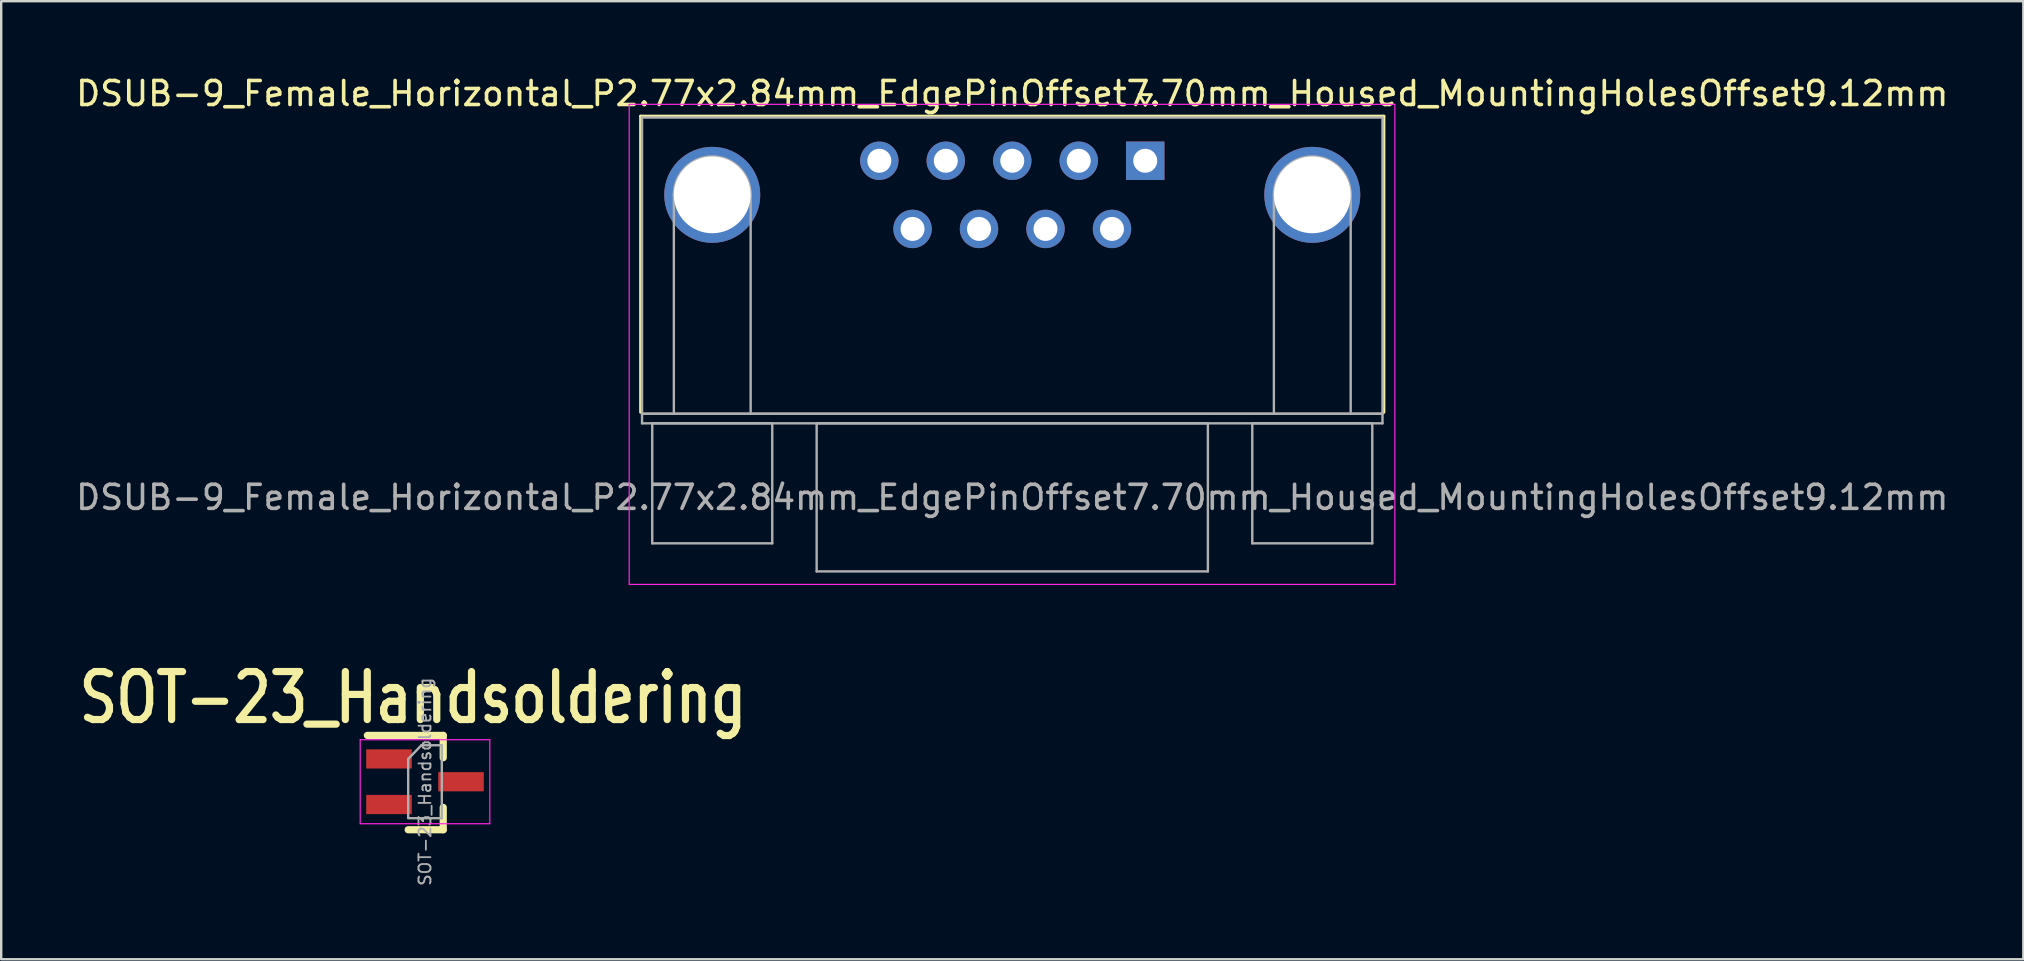
<source format=kicad_pcb>
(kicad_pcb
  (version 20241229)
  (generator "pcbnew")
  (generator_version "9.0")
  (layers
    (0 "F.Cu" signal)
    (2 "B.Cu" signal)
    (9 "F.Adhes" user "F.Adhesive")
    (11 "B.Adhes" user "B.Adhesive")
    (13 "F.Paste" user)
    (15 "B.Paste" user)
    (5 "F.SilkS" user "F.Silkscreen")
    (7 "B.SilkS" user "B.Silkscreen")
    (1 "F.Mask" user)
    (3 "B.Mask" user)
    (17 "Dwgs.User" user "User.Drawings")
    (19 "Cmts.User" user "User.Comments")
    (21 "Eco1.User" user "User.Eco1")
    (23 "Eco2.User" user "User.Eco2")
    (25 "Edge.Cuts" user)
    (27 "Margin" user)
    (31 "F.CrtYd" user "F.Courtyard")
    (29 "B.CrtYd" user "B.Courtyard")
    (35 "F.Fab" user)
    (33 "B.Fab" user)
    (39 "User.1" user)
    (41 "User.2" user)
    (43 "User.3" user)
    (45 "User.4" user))
  (footprint "DSUB-9_Female_Horizontal_P2.77x2.84mm_EdgePinOffset7.70mm_Housed_MountingHolesOffset9.12mm"
    (layer "F.Cu")
    (at 44.665 3.648)
    (property "Reference" "DSUB-9_Female_Horizontal_P2.77x2.84mm_EdgePinOffset7.70mm_Housed_MountingHolesOffset9.12mm" (at -5.54 -2.8 0) (layer "F.SilkS") (effects (font (size 1 1) (thickness 0.15))))
    (attr through_hole)
    (fp_line (start -21.025 -1.86) (end 9.945 -1.86) (stroke (width 0.12) (type solid)) (layer "F.SilkS"))
    (fp_line (start -21.025 10.48) (end -21.025 -1.86) (stroke (width 0.12) (type solid)) (layer "F.SilkS"))
    (fp_line (start -0.25 -2.754) (end 0.25 -2.754) (stroke (width 0.12) (type solid)) (layer "F.SilkS"))
    (fp_line (start 0 -2.321) (end -0.25 -2.754) (stroke (width 0.12) (type solid)) (layer "F.SilkS"))
    (fp_line (start 0.25 -2.754) (end 0 -2.321) (stroke (width 0.12) (type solid)) (layer "F.SilkS"))
    (fp_line (start 9.945 -1.86) (end 9.945 10.48) (stroke (width 0.12) (type solid)) (layer "F.SilkS"))
    (fp_line (start -21.5 -2.35) (end -21.5 17.65) (stroke (width 0.05) (type solid)) (layer "F.CrtYd"))
    (fp_line (start -21.5 17.65) (end 10.4 17.65) (stroke (width 0.05) (type solid)) (layer "F.CrtYd"))
    (fp_line (start 10.4 -2.35) (end -21.5 -2.35) (stroke (width 0.05) (type solid)) (layer "F.CrtYd"))
    (fp_line (start 10.4 17.65) (end 10.4 -2.35) (stroke (width 0.05) (type solid)) (layer "F.CrtYd"))
    (fp_line (start -20.965 -1.8) (end -20.965 10.54) (stroke (width 0.1) (type solid)) (layer "F.Fab"))
    (fp_line (start -20.965 10.54) (end -20.965 10.94) (stroke (width 0.1) (type solid)) (layer "F.Fab"))
    (fp_line (start -20.965 10.54) (end 9.885 10.54) (stroke (width 0.1) (type solid)) (layer "F.Fab"))
    (fp_line (start -20.965 10.94) (end 9.885 10.94) (stroke (width 0.1) (type solid)) (layer "F.Fab"))
    (fp_line (start -20.54 10.94) (end -20.54 15.94) (stroke (width 0.1) (type solid)) (layer "F.Fab"))
    (fp_line (start -20.54 15.94) (end -15.54 15.94) (stroke (width 0.1) (type solid)) (layer "F.Fab"))
    (fp_line (start -19.64 10.54) (end -19.64 1.42) (stroke (width 0.1) (type solid)) (layer "F.Fab"))
    (fp_line (start -16.44 10.54) (end -16.44 1.42) (stroke (width 0.1) (type solid)) (layer "F.Fab"))
    (fp_line (start -15.54 10.94) (end -20.54 10.94) (stroke (width 0.1) (type solid)) (layer "F.Fab"))
    (fp_line (start -15.54 15.94) (end -15.54 10.94) (stroke (width 0.1) (type solid)) (layer "F.Fab"))
    (fp_line (start -13.69 10.94) (end -13.69 17.11) (stroke (width 0.1) (type solid)) (layer "F.Fab"))
    (fp_line (start -13.69 17.11) (end 2.61 17.11) (stroke (width 0.1) (type solid)) (layer "F.Fab"))
    (fp_line (start 2.61 10.94) (end -13.69 10.94) (stroke (width 0.1) (type solid)) (layer "F.Fab"))
    (fp_line (start 2.61 17.11) (end 2.61 10.94) (stroke (width 0.1) (type solid)) (layer "F.Fab"))
    (fp_line (start 4.46 10.94) (end 4.46 15.94) (stroke (width 0.1) (type solid)) (layer "F.Fab"))
    (fp_line (start 4.46 15.94) (end 9.46 15.94) (stroke (width 0.1) (type solid)) (layer "F.Fab"))
    (fp_line (start 5.36 10.54) (end 5.36 1.42) (stroke (width 0.1) (type solid)) (layer "F.Fab"))
    (fp_line (start 8.56 10.54) (end 8.56 1.42) (stroke (width 0.1) (type solid)) (layer "F.Fab"))
    (fp_line (start 9.46 10.94) (end 4.46 10.94) (stroke (width 0.1) (type solid)) (layer "F.Fab"))
    (fp_line (start 9.46 15.94) (end 9.46 10.94) (stroke (width 0.1) (type solid)) (layer "F.Fab"))
    (fp_line (start 9.885 -1.8) (end -20.965 -1.8) (stroke (width 0.1) (type solid)) (layer "F.Fab"))
    (fp_line (start 9.885 10.54) (end -20.965 10.54) (stroke (width 0.1) (type solid)) (layer "F.Fab"))
    (fp_line (start 9.885 10.54) (end 9.885 -1.8) (stroke (width 0.1) (type solid)) (layer "F.Fab"))
    (fp_line (start 9.885 10.94) (end 9.885 10.54) (stroke (width 0.1) (type solid)) (layer "F.Fab"))
    (fp_arc (start -19.64 1.42) (mid -18.04 -0.18) (end -16.44 1.42) (stroke (width 0.1) (type solid)) (layer "F.Fab"))
    (fp_arc (start 5.36 1.42) (mid 6.96 -0.18) (end 8.56 1.42) (stroke (width 0.1) (type solid)) (layer "F.Fab"))
    (fp_text user "${REFERENCE}" (at -5.54 14.025 0) (layer "F.Fab") (effects (font (size 1 1) (thickness 0.15))))
    (pad "0" thru_hole circle (at -18.04 1.42) (size 4 4) (drill 3.2) (layers "*.Cu" "*.Mask"))
    (pad "0" thru_hole circle (at 6.96 1.42) (size 4 4) (drill 3.2) (layers "*.Cu" "*.Mask"))
    (pad "1" thru_hole rect (at 0 0) (size 1.6 1.6) (drill 1) (layers "*.Cu" "*.Mask"))
    (pad "2" thru_hole circle (at -2.77 0) (size 1.6 1.6) (drill 1) (layers "*.Cu" "*.Mask"))
    (pad "3" thru_hole circle (at -5.54 0) (size 1.6 1.6) (drill 1) (layers "*.Cu" "*.Mask"))
    (pad "4" thru_hole circle (at -8.31 0) (size 1.6 1.6) (drill 1) (layers "*.Cu" "*.Mask"))
    (pad "5" thru_hole circle (at -11.08 0) (size 1.6 1.6) (drill 1) (layers "*.Cu" "*.Mask"))
    (pad "6" thru_hole circle (at -1.385 2.84) (size 1.6 1.6) (drill 1) (layers "*.Cu" "*.Mask"))
    (pad "7" thru_hole circle (at -4.155 2.84) (size 1.6 1.6) (drill 1) (layers "*.Cu" "*.Mask"))
    (pad "8" thru_hole circle (at -6.925 2.84) (size 1.6 1.6) (drill 1) (layers "*.Cu" "*.Mask"))
    (pad "9" thru_hole circle (at -9.695 2.84) (size 1.6 1.6) (drill 1) (layers "*.Cu" "*.Mask")))
  (footprint "SOT-23_Handsoldering"
    (layer "F.Cu")
    (at 14.657 29.52)
    (property "Reference" "SOT-23_Handsoldering" (at -0.5 -3.5 0) (layer "F.SilkS") (effects (font (size 2 1.6) (thickness 0.3))))
    (attr smd)
    (fp_line (start 0.76 -1.93) (end -2.4 -1.93) (stroke (width 0.3) (type solid)) (layer "F.SilkS"))
    (fp_line (start 0.76 -1.93) (end 0.76 -1) (stroke (width 0.3) (type solid)) (layer "F.SilkS"))
    (fp_line (start 0.76 2) (end -0.7 2) (stroke (width 0.3) (type solid)) (layer "F.SilkS"))
    (fp_line (start 0.76 2) (end 0.76 1.07) (stroke (width 0.3) (type solid)) (layer "F.SilkS"))
    (fp_line (start -2.7 -1.75) (end 2.7 -1.75) (stroke (width 0.05) (type solid)) (layer "F.CrtYd"))
    (fp_line (start -2.7 1.75) (end -2.7 -1.75) (stroke (width 0.05) (type solid)) (layer "F.CrtYd"))
    (fp_line (start 2.7 -1.75) (end 2.7 1.75) (stroke (width 0.05) (type solid)) (layer "F.CrtYd"))
    (fp_line (start 2.7 1.75) (end -2.7 1.75) (stroke (width 0.05) (type solid)) (layer "F.CrtYd"))
    (fp_line (start -0.7 -0.95) (end -0.7 1.5) (stroke (width 0.1) (type solid)) (layer "F.Fab"))
    (fp_line (start -0.7 -0.95) (end -0.15 -1.52) (stroke (width 0.1) (type solid)) (layer "F.Fab"))
    (fp_line (start -0.7 1.52) (end 0.7 1.52) (stroke (width 0.1) (type solid)) (layer "F.Fab"))
    (fp_line (start -0.15 -1.52) (end 0.7 -1.52) (stroke (width 0.1) (type solid)) (layer "F.Fab"))
    (fp_line (start 0.7 -1.52) (end 0.7 1.52) (stroke (width 0.1) (type solid)) (layer "F.Fab"))
    (fp_text user "${REFERENCE}" (at 0 0 90) (layer "F.Fab") (effects (font (size 0.5 0.5) (thickness 0.075))))
    (pad "1" smd rect (at -1.5 -0.95) (size 1.9 0.8) (layers "F.Cu" "F.Mask" "F.Paste"))
    (pad "1" smd rect (at -1.5 0.95) (size 1.9 0.8) (layers "F.Cu" "F.Mask" "F.Paste"))
    (pad "2" smd rect (at 1.5 0) (size 1.9 0.8) (layers "F.Cu" "F.Mask" "F.Paste")))
  (gr_rect
    (start -3 -3)
    (end 81.25 36.916)
    (stroke (width 0.1) (type default))
    (fill no)
    (layer "Edge.Cuts")))
</source>
